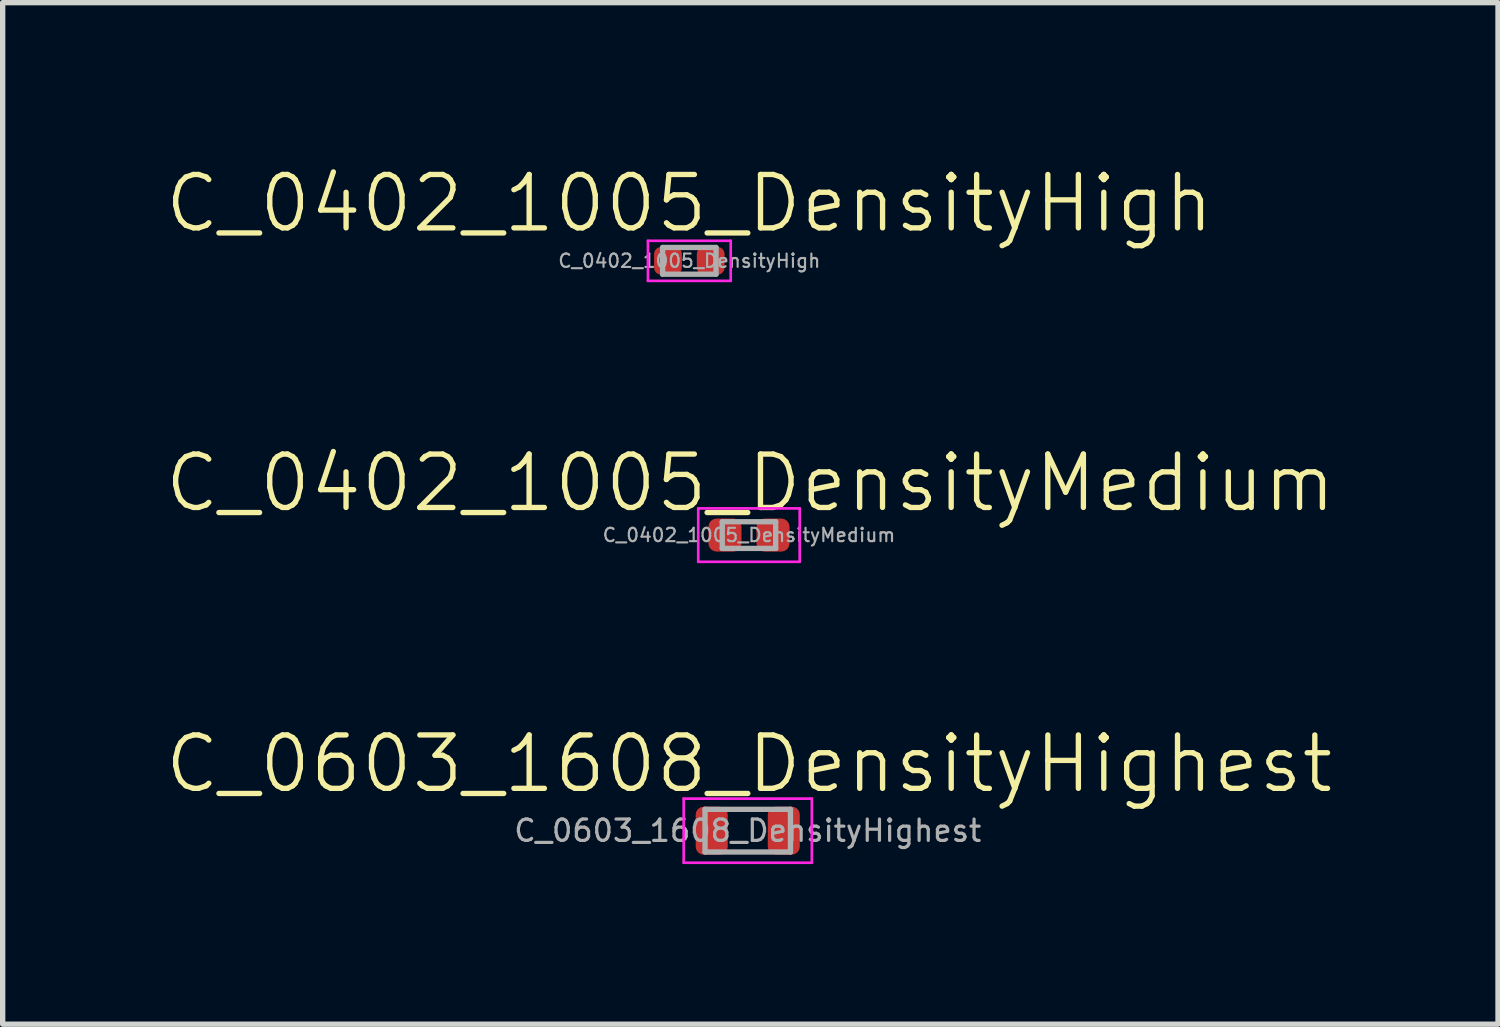
<source format=kicad_pcb>
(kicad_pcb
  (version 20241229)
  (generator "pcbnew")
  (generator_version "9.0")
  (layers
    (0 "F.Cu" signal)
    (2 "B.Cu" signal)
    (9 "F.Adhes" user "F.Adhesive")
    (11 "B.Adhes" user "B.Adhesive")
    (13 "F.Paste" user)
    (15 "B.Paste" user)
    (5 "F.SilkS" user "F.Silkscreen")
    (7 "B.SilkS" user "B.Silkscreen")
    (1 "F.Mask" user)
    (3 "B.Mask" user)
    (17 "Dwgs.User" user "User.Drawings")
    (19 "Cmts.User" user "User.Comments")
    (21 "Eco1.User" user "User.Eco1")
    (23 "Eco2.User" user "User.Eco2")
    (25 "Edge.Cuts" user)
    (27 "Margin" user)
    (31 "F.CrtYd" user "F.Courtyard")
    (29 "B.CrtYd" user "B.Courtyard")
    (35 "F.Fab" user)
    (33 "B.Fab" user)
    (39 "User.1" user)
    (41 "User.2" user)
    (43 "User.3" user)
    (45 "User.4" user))
  (footprint "C_0402_1005_DensityMedium"
    (layer "F.Cu")
    (at 10.977 6.971)
    (property "Reference" "C_0402_1005_DensityMedium" (at 0.025 -0.975 0) (unlocked yes) (layer "F.SilkS") (effects (font (size 1 1) (thickness 0.1))))
    (attr smd)
    (fp_line (start -0.95 -0.5) (end 0.95 -0.5) (stroke (width 0.05) (type solid)) (layer "F.CrtYd"))
    (fp_line (start -0.95 0.5) (end -0.95 -0.5) (stroke (width 0.05) (type solid)) (layer "F.CrtYd"))
    (fp_line (start 0.95 -0.5) (end 0.95 0.5) (stroke (width 0.05) (type solid)) (layer "F.CrtYd"))
    (fp_line (start 0.95 0.5) (end -0.95 0.5) (stroke (width 0.05) (type solid)) (layer "F.CrtYd"))
    (fp_line (start -0.5 -0.25) (end 0.5 -0.25) (stroke (width 0.1) (type solid)) (layer "F.Fab"))
    (fp_line (start -0.5 0.25) (end -0.5 -0.25) (stroke (width 0.1) (type solid)) (layer "F.Fab"))
    (fp_line (start 0.5 -0.25) (end 0.5 0.25) (stroke (width 0.1) (type solid)) (layer "F.Fab"))
    (fp_line (start 0.5 0.25) (end -0.5 0.25) (stroke (width 0.1) (type solid)) (layer "F.Fab"))
    (fp_text user "${REFERENCE}" (at 0 0 0) (layer "F.Fab") (effects (font (size 0.25 0.25) (thickness 0.04))))
    (pad "1" smd roundrect (at -0.45 0) (size 0.62 0.62) (layers "F.Cu" "F.Mask" "F.Paste") (roundrect_rratio 0.25))
    (pad "2" smd roundrect (at 0.45 0) (size 0.62 0.62) (layers "F.Cu" "F.Mask" "F.Paste") (roundrect_rratio 0.25)))
  (footprint "C_0603_1608_DensityHighest"
    (layer "F.Cu")
    (at 10.954 12.507)
    (property "Reference" "C_0603_1608_DensityHighest" (at 0.025 -1.25 0) (unlocked yes) (layer "F.SilkS") (effects (font (size 1 1) (thickness 0.1))))
    (attr smd)
    (fp_line (start -1.2 -0.6) (end 1.2 -0.6) (stroke (width 0.05) (type solid)) (layer "F.CrtYd"))
    (fp_line (start -1.2 0.6) (end -1.2 -0.6) (stroke (width 0.05) (type solid)) (layer "F.CrtYd"))
    (fp_line (start 1.2 -0.6) (end 1.2 0.6) (stroke (width 0.05) (type solid)) (layer "F.CrtYd"))
    (fp_line (start 1.2 0.6) (end -1.2 0.6) (stroke (width 0.05) (type solid)) (layer "F.CrtYd"))
    (fp_line (start -0.8 -0.4) (end 0.8 -0.4) (stroke (width 0.1) (type solid)) (layer "F.Fab"))
    (fp_line (start -0.8 0.4) (end -0.8 -0.4) (stroke (width 0.1) (type solid)) (layer "F.Fab"))
    (fp_line (start 0.8 -0.4) (end 0.8 0.4) (stroke (width 0.1) (type solid)) (layer "F.Fab"))
    (fp_line (start 0.8 0.4) (end -0.8 0.4) (stroke (width 0.1) (type solid)) (layer "F.Fab"))
    (fp_text user "${REFERENCE}" (at 0 0 0) (layer "F.Fab") (effects (font (size 0.4 0.4) (thickness 0.06))))
    (pad "1" smd roundrect (at -0.675 0) (size 0.6 0.9) (layers "F.Cu" "F.Mask" "F.Paste") (roundrect_rratio 0.25))
    (pad "2" smd roundrect (at 0.675 0) (size 0.6 0.9) (layers "F.Cu" "F.Mask" "F.Paste") (roundrect_rratio 0.25)))
  (footprint "C_0402_1005_DensityHigh"
    (layer "F.Cu")
    (at 9.86 1.835)
    (property "Reference" "C_0402_1005_DensityHigh" (at 0 -1.075 0) (unlocked yes) (layer "F.SilkS") (effects (font (size 1 1) (thickness 0.1))))
    (attr smd)
    (fp_line (start -0.775 -0.375) (end 0.775 -0.375) (stroke (width 0.05) (type solid)) (layer "F.CrtYd"))
    (fp_line (start -0.775 0.375) (end -0.775 -0.375) (stroke (width 0.05) (type solid)) (layer "F.CrtYd"))
    (fp_line (start 0.775 -0.375) (end 0.775 0.375) (stroke (width 0.05) (type solid)) (layer "F.CrtYd"))
    (fp_line (start 0.775 0.375) (end -0.775 0.375) (stroke (width 0.05) (type solid)) (layer "F.CrtYd"))
    (fp_line (start -0.5 -0.25) (end 0.5 -0.25) (stroke (width 0.1) (type solid)) (layer "F.Fab"))
    (fp_line (start -0.5 0.25) (end -0.5 -0.25) (stroke (width 0.1) (type solid)) (layer "F.Fab"))
    (fp_line (start 0.5 -0.25) (end 0.5 0.25) (stroke (width 0.1) (type solid)) (layer "F.Fab"))
    (fp_line (start 0.5 0.25) (end -0.5 0.25) (stroke (width 0.1) (type solid)) (layer "F.Fab"))
    (fp_text user "${REFERENCE}" (at 0 0 0) (layer "F.Fab") (effects (font (size 0.25 0.25) (thickness 0.04))))
    (pad "1" smd roundrect (at -0.4 0) (size 0.52 0.52) (layers "F.Cu" "F.Mask" "F.Paste") (roundrect_rratio 0.25))
    (pad "2" smd roundrect (at 0.4 0) (size 0.52 0.52) (layers "F.Cu" "F.Mask" "F.Paste") (roundrect_rratio 0.25)))
  (gr_rect
    (start -3 -3)
    (end 25.005 16.131)
    (stroke (width 0.1) (type default))
    (fill no)
    (layer "Edge.Cuts")))
</source>
